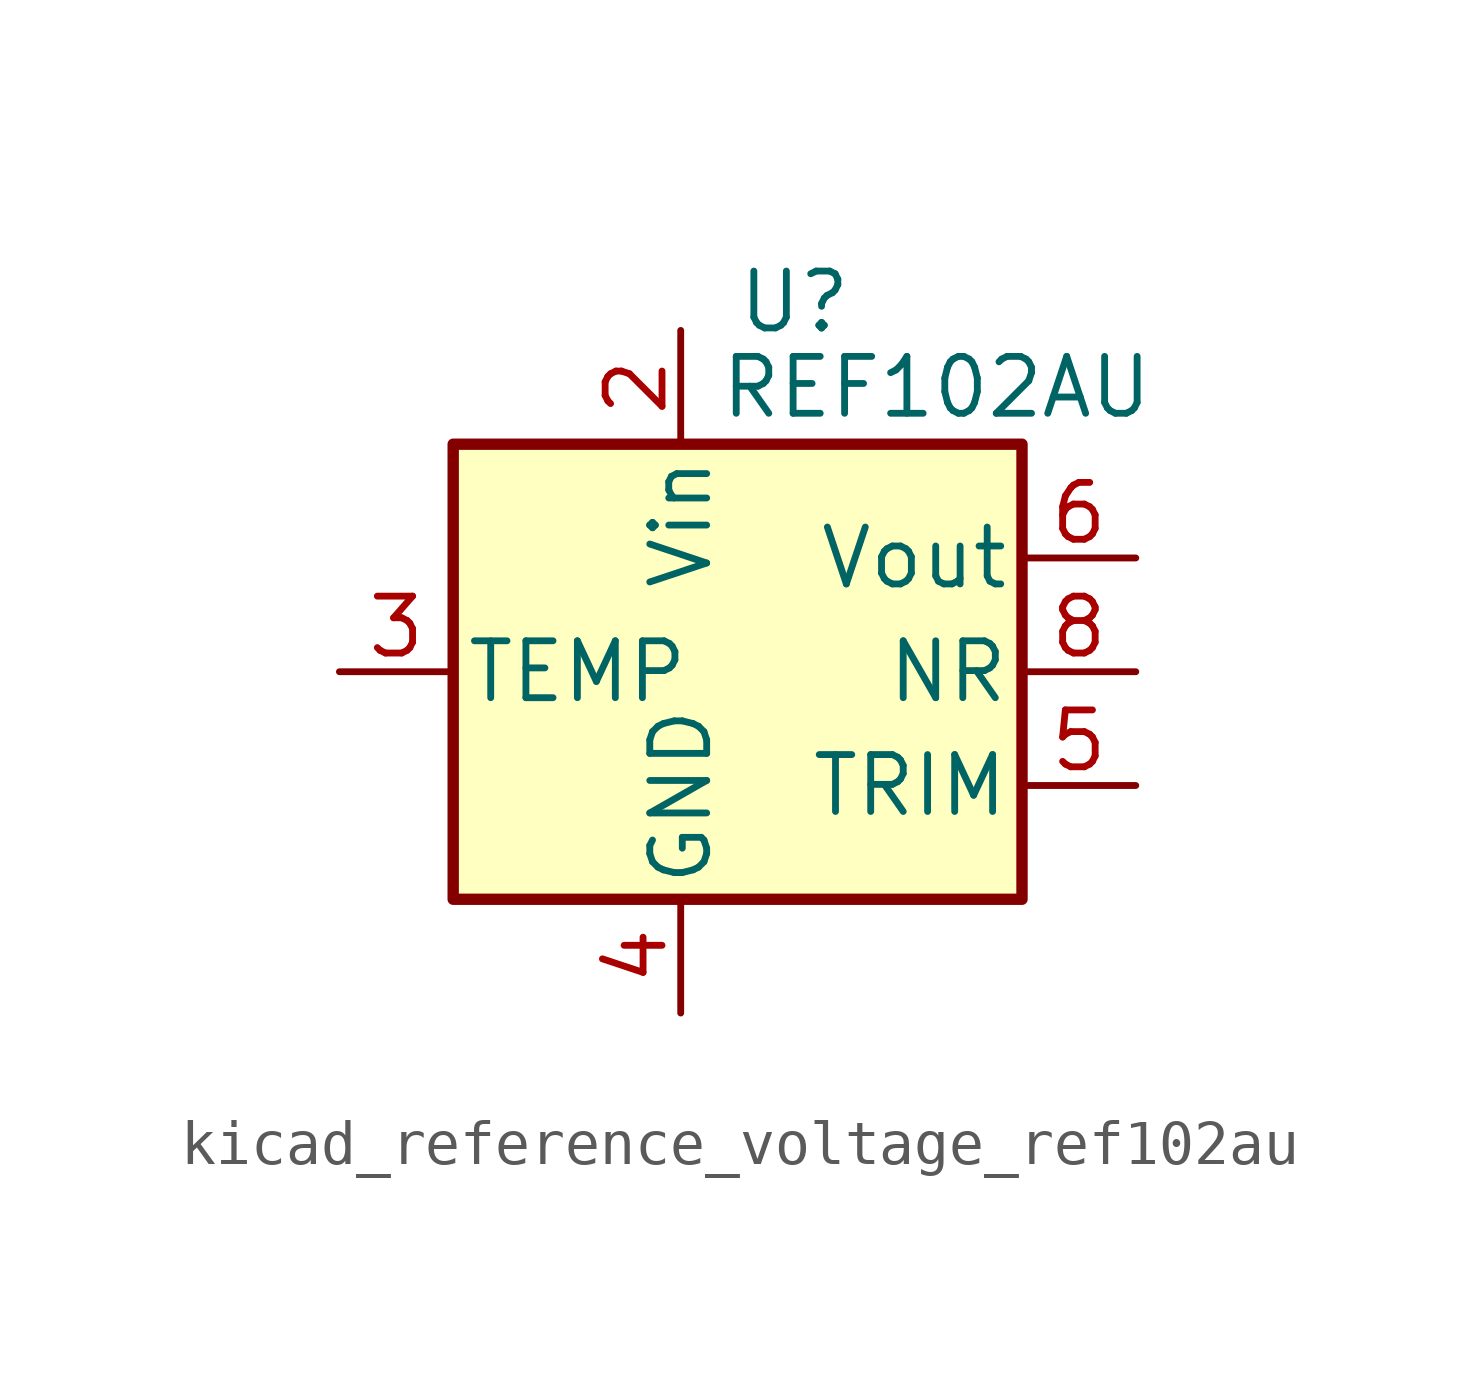
<source format=kicad_sym>
(kicad_symbol_lib
  (version 20220914)
  (generator kicad_symbol_editor)
  (symbol "kicad_reference_voltage_ref102au"
    (pin_names
      (offset 0.254))
    (property "Reference" "U"
      (at 0 8.255 0)
      (effects (font (size 1.27 1.27))))
    (property "Value" "REF102AU"
      (at 3.175 6.35 0)
      (effects (font (size 1.27 1.27))))
    (symbol "kicad_reference_voltage_ref102au_0_1"
      (rectangle (start -7.62 5.08) (end 5.08 -5.08) (stroke (width 0.254) (type default)) (fill (type background))))
    (symbol "kicad_reference_voltage_ref102au_1_1"
      (pin no_connect line (at -5.08 -5.08 90) (length 2.54) hide (name "NC" (effects (font (size 1.27 1.27)))) (number "1" (effects (font (size 1.27 1.27)))))
      (pin power_in line (at -2.54 7.62 270) (length 2.54) (name "Vin" (effects (font (size 1.27 1.27)))) (number "2" (effects (font (size 1.27 1.27)))))
      (pin passive line (at -10.16 0 0) (length 2.54) (name "TEMP" (effects (font (size 1.27 1.27)))) (number "3" (effects (font (size 1.27 1.27)))))
      (pin power_in line (at -2.54 -7.62 90) (length 2.54) (name "GND" (effects (font (size 1.27 1.27)))) (number "4" (effects (font (size 1.27 1.27)))))
      (pin passive line (at 7.62 -2.54 180) (length 2.54) (name "TRIM" (effects (font (size 1.27 1.27)))) (number "5" (effects (font (size 1.27 1.27)))))
      (pin power_out line (at 7.62 2.54 180) (length 2.54) (name "Vout" (effects (font (size 1.27 1.27)))) (number "6" (effects (font (size 1.27 1.27)))))
      (pin no_connect line (at 0 -5.08 90) (length 2.54) hide (name "NC" (effects (font (size 1.27 1.27)))) (number "7" (effects (font (size 1.27 1.27)))))
      (pin passive line (at 7.62 0 180) (length 2.54) (name "NR" (effects (font (size 1.27 1.27)))) (number "8" (effects (font (size 1.27 1.27))))))))
</source>
